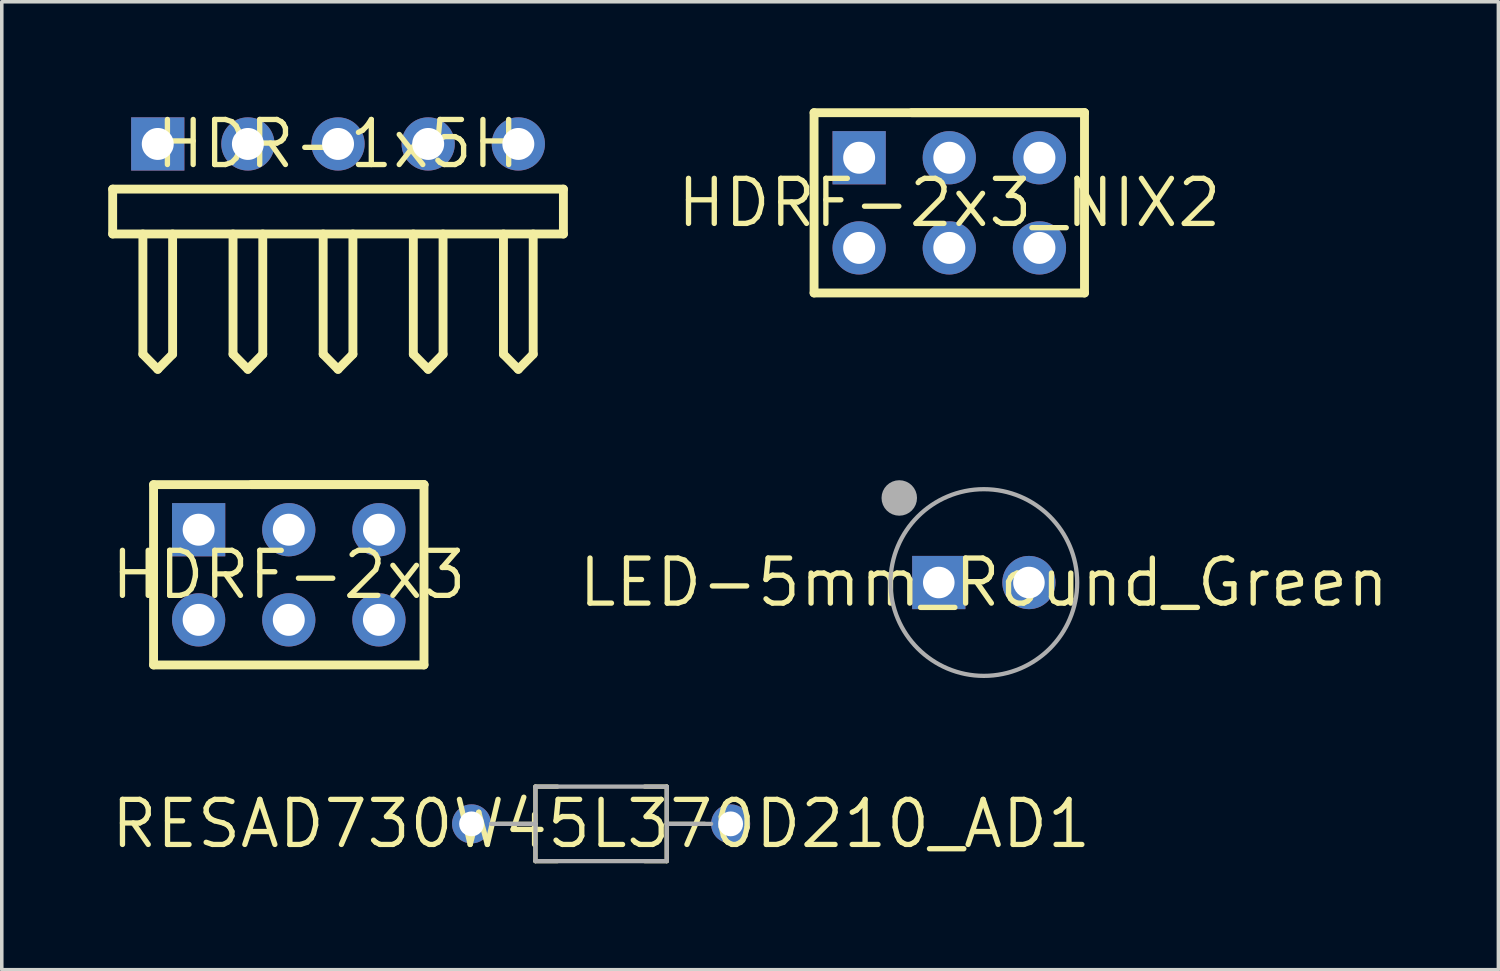
<source format=kicad_pcb>
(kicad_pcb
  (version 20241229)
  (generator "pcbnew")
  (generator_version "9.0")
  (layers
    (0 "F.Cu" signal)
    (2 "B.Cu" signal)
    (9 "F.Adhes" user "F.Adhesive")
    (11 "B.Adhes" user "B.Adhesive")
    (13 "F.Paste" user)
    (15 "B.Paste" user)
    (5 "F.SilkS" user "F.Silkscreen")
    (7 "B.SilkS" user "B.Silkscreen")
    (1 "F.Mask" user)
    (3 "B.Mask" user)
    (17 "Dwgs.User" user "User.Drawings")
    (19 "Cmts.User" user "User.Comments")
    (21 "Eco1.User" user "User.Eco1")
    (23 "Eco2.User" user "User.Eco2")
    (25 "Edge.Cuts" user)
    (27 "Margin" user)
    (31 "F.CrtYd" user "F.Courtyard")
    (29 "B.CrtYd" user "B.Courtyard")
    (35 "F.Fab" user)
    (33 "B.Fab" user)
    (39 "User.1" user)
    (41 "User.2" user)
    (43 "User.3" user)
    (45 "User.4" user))
  (footprint "LED-5mm_Round_Green"
    (layer "F.Cu")
    (at 24.672 13.364)
    (property "Reference" "LED-5mm_Round_Green" (at 0 0 0) (layer "F.SilkS") (effects (font (size 1.27 1.27) (thickness 0.15))))
    (fp_circle (center -2.383 -2.383) (end -2.133 -2.383) (stroke (width 0.5) (type solid)) (fill no) (layer "F.Fab"))
    (fp_circle (center 0 0) (end 2.63 0) (stroke (width 0.12) (type solid)) (fill no) (layer "F.Fab"))
    (pad "1" thru_hole rect (at -1.27 0) (size 1.5 1.5) (drill 0.889) (layers "*.Cu" "*.Mask"))
    (pad "2" thru_hole circle (at 1.27 0 180) (size 1.5 1.5) (drill 0.889) (layers "*.Cu" "*.Mask")))
  (footprint "HDRF-2x3_NIX2"
    (layer "F.Cu")
    (at 23.698 2.665)
    (property "Reference" "HDRF-2x3_NIX2" (at 0 0 0) (layer "F.SilkS") (effects (font (size 1.27 1.27) (thickness 0.15))))
    (fp_line (start -3.81 -2.54) (end -3.81 2.54) (stroke (width 0.25) (type solid)) (layer "F.SilkS"))
    (fp_line (start -3.81 -2.54) (end 3.81 -2.54) (stroke (width 0.25) (type solid)) (layer "F.SilkS"))
    (fp_line (start -3.81 2.54) (end 3.81 2.54) (stroke (width 0.25) (type solid)) (layer "F.SilkS"))
    (fp_line (start -1.059 -2.54) (end 3.81 -2.54) (stroke (width 0.25) (type solid)) (layer "F.SilkS"))
    (fp_line (start 3.81 -2.54) (end 3.81 2.54) (stroke (width 0.25) (type solid)) (layer "F.SilkS"))
    (pad "1" thru_hole rect (at -2.54 -1.27) (size 1.5 1.5) (drill 0.9) (layers "*.Cu" "*.Mask"))
    (pad "2" thru_hole circle (at -2.54 1.27) (size 1.5 1.5) (drill 0.9) (layers "*.Cu" "*.Mask"))
    (pad "3" thru_hole circle (at 0 -1.27) (size 1.5 1.5) (drill 0.9) (layers "*.Cu" "*.Mask"))
    (pad "4" thru_hole circle (at 0 1.27) (size 1.5 1.5) (drill 0.9) (layers "*.Cu" "*.Mask"))
    (pad "5" thru_hole circle (at 2.54 -1.27) (size 1.5 1.5) (drill 0.9) (layers "*.Cu" "*.Mask"))
    (pad "6" thru_hole circle (at 2.54 1.27) (size 1.5 1.5) (drill 0.9) (layers "*.Cu" "*.Mask")))
  (footprint "HDR-1x5H"
    (layer "F.Cu")
    (at 6.475 1.006)
    (property "Reference" "HDR-1x5H" (at 0 0 0) (layer "F.SilkS") (effects (font (size 1.27 1.27) (thickness 0.15))))
    (fp_line (start -6.35 1.273) (end 6.35 1.273) (stroke (width 0.25) (type solid)) (layer "F.SilkS"))
    (fp_line (start -6.35 2.537) (end -6.35 1.273) (stroke (width 0.25) (type solid)) (layer "F.SilkS"))
    (fp_line (start -6.35 2.537) (end 6.35 2.537) (stroke (width 0.25) (type solid)) (layer "F.SilkS"))
    (fp_line (start -5.499 5.924) (end -5.499 2.537) (stroke (width 0.25) (type solid)) (layer "F.SilkS"))
    (fp_line (start -5.499 5.924) (end -5.08 6.35) (stroke (width 0.25) (type solid)) (layer "F.SilkS"))
    (fp_line (start -5.08 6.35) (end -4.661 5.924) (stroke (width 0.25) (type solid)) (layer "F.SilkS"))
    (fp_line (start -4.661 5.924) (end -4.661 2.537) (stroke (width 0.25) (type solid)) (layer "F.SilkS"))
    (fp_line (start -2.959 5.924) (end -2.959 2.537) (stroke (width 0.25) (type solid)) (layer "F.SilkS"))
    (fp_line (start -2.959 5.924) (end -2.54 6.35) (stroke (width 0.25) (type solid)) (layer "F.SilkS"))
    (fp_line (start -2.54 6.35) (end -2.121 5.924) (stroke (width 0.25) (type solid)) (layer "F.SilkS"))
    (fp_line (start -2.121 5.924) (end -2.121 2.537) (stroke (width 0.25) (type solid)) (layer "F.SilkS"))
    (fp_line (start -0.419 5.924) (end -0.419 2.537) (stroke (width 0.25) (type solid)) (layer "F.SilkS"))
    (fp_line (start -0.419 5.924) (end 0 6.35) (stroke (width 0.25) (type solid)) (layer "F.SilkS"))
    (fp_line (start 0 6.35) (end 0.419 5.924) (stroke (width 0.25) (type solid)) (layer "F.SilkS"))
    (fp_line (start 0.419 5.924) (end 0.419 2.537) (stroke (width 0.25) (type solid)) (layer "F.SilkS"))
    (fp_line (start 2.121 5.924) (end 2.121 2.537) (stroke (width 0.25) (type solid)) (layer "F.SilkS"))
    (fp_line (start 2.121 5.924) (end 2.54 6.35) (stroke (width 0.25) (type solid)) (layer "F.SilkS"))
    (fp_line (start 2.54 6.35) (end 2.959 5.924) (stroke (width 0.25) (type solid)) (layer "F.SilkS"))
    (fp_line (start 2.959 5.924) (end 2.959 2.537) (stroke (width 0.25) (type solid)) (layer "F.SilkS"))
    (fp_line (start 4.661 5.924) (end 4.661 2.537) (stroke (width 0.25) (type solid)) (layer "F.SilkS"))
    (fp_line (start 4.661 5.924) (end 5.08 6.35) (stroke (width 0.25) (type solid)) (layer "F.SilkS"))
    (fp_line (start 5.08 6.35) (end 5.499 5.924) (stroke (width 0.25) (type solid)) (layer "F.SilkS"))
    (fp_line (start 5.499 5.924) (end 5.499 2.537) (stroke (width 0.25) (type solid)) (layer "F.SilkS"))
    (fp_line (start 6.35 2.537) (end 6.35 1.273) (stroke (width 0.25) (type solid)) (layer "F.SilkS"))
    (pad "1" thru_hole rect (at -5.08 0) (size 1.5 1.5) (drill 0.9) (layers "*.Cu" "*.Mask"))
    (pad "2" thru_hole circle (at -2.54 0) (size 1.5 1.5) (drill 0.9) (layers "*.Cu" "*.Mask"))
    (pad "3" thru_hole circle (at 0 0) (size 1.5 1.5) (drill 0.9) (layers "*.Cu" "*.Mask"))
    (pad "4" thru_hole circle (at 2.54 0) (size 1.5 1.5) (drill 0.9) (layers "*.Cu" "*.Mask"))
    (pad "5" thru_hole circle (at 5.08 0) (size 1.5 1.5) (drill 0.9) (layers "*.Cu" "*.Mask")))
  (footprint "HDRF-2x3"
    (layer "F.Cu")
    (at 5.087 13.146)
    (property "Reference" "HDRF-2x3" (at 0 0 0) (layer "F.SilkS") (effects (font (size 1.27 1.27) (thickness 0.15))))
    (fp_line (start -3.81 -2.54) (end -3.81 2.54) (stroke (width 0.25) (type solid)) (layer "F.SilkS"))
    (fp_line (start -3.81 -2.54) (end 3.81 -2.54) (stroke (width 0.25) (type solid)) (layer "F.SilkS"))
    (fp_line (start -3.81 2.54) (end 3.81 2.54) (stroke (width 0.25) (type solid)) (layer "F.SilkS"))
    (fp_line (start -1.059 -2.54) (end 3.81 -2.54) (stroke (width 0.25) (type solid)) (layer "F.SilkS"))
    (fp_line (start 3.81 -2.54) (end 3.81 2.54) (stroke (width 0.25) (type solid)) (layer "F.SilkS"))
    (pad "1" thru_hole rect (at -2.54 -1.27) (size 1.5 1.5) (drill 0.9) (layers "*.Cu" "*.Mask"))
    (pad "2" thru_hole circle (at -2.54 1.27) (size 1.5 1.5) (drill 0.9) (layers "*.Cu" "*.Mask"))
    (pad "3" thru_hole circle (at 0 -1.27) (size 1.5 1.5) (drill 0.9) (layers "*.Cu" "*.Mask"))
    (pad "4" thru_hole circle (at 0 1.27) (size 1.5 1.5) (drill 0.9) (layers "*.Cu" "*.Mask"))
    (pad "5" thru_hole circle (at 2.54 -1.27) (size 1.5 1.5) (drill 0.9) (layers "*.Cu" "*.Mask"))
    (pad "6" thru_hole circle (at 2.54 1.27) (size 1.5 1.5) (drill 0.9) (layers "*.Cu" "*.Mask")))
  (footprint "RESAD730W45L370D210_AD1"
    (layer "F.Cu")
    (at 13.887 20.164)
    (property "Reference" "RESAD730W45L370D210_AD1" (at 0 0 0) (layer "F.SilkS") (effects (font (size 1.27 1.27) (thickness 0.15))))
    (fp_line (start -2.92 0) (end -1.85 0) (stroke (width 0.12) (type solid)) (layer "F.SilkS"))
    (fp_line (start -1.85 -1.05) (end -1.85 1.05) (stroke (width 0.12) (type solid)) (layer "F.SilkS"))
    (fp_line (start -1.85 1.05) (end -1.23 1.05) (stroke (width 0.12) (type solid)) (layer "F.SilkS"))
    (fp_line (start -1.23 -1.05) (end -1.85 -1.05) (stroke (width 0.12) (type solid)) (layer "F.SilkS"))
    (fp_line (start 1.23 -1.05) (end 1.85 -1.05) (stroke (width 0.12) (type solid)) (layer "F.SilkS"))
    (fp_line (start 1.85 -1.05) (end 1.85 1.05) (stroke (width 0.12) (type solid)) (layer "F.SilkS"))
    (fp_line (start 1.85 0) (end 2.92 0) (stroke (width 0.12) (type solid)) (layer "F.SilkS"))
    (fp_line (start 1.85 1.05) (end 1.23 1.05) (stroke (width 0.12) (type solid)) (layer "F.SilkS"))
    (fp_line (start -3.1 0) (end -1.85 0) (stroke (width 0.12) (type solid)) (layer "F.Fab"))
    (fp_line (start -1.85 -1.05) (end 1.85 -1.05) (stroke (width 0.12) (type solid)) (layer "F.Fab"))
    (fp_line (start -1.85 1.05) (end -1.85 -1.05) (stroke (width 0.12) (type solid)) (layer "F.Fab"))
    (fp_line (start 1.85 -1.05) (end 1.85 1.05) (stroke (width 0.12) (type solid)) (layer "F.Fab"))
    (fp_line (start 1.85 0) (end 3.1 0) (stroke (width 0.12) (type solid)) (layer "F.Fab"))
    (fp_line (start 1.85 1.05) (end -1.85 1.05) (stroke (width 0.12) (type solid)) (layer "F.Fab"))
    (pad "1" thru_hole circle (at -3.65 0) (size 1.1 1.1) (drill 0.7) (layers "*.Cu" "*.Mask"))
    (pad "2" thru_hole circle (at 3.65 0 180) (size 1.1 1.1) (drill 0.7) (layers "*.Cu" "*.Mask")))
  (gr_rect
    (start -3 -3)
    (end 39.17 24.274)
    (stroke (width 0.1) (type default))
    (fill no)
    (layer "Edge.Cuts")))
</source>
